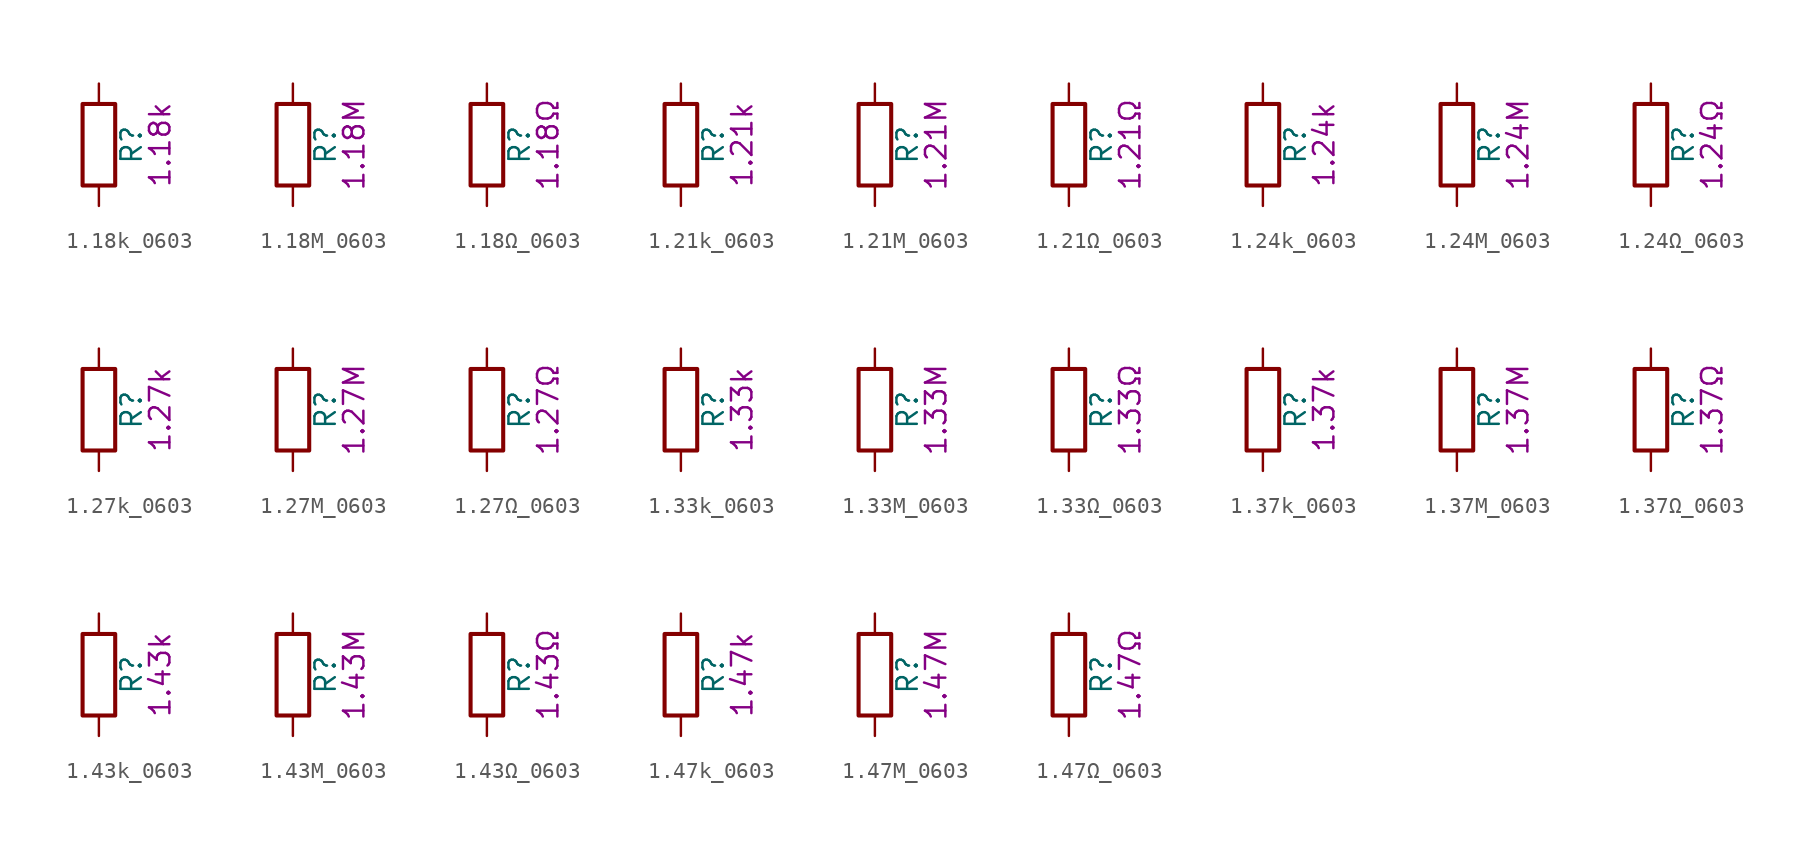
<source format=kicad_sym>
(kicad_symbol_lib
  (version 20211014)
  (generator kicad_symbol_editor)
  (symbol "1.18k_0603"
    (pin_numbers hide)
    (pin_names
      (offset 0))
    (property "Reference" "R"
      (at 2.032 0 90)
      (effects (font (size 1.27 1.27))))
    (property "Display" "1.18k"
      (at 3.81 0 90)
      (effects (font (size 1.27 1.27))))
    (symbol "1.18k_0603_0_1"
      (rectangle (start -1.016 -2.54) (end 1.016 2.54) (stroke (width 0.254) (type default) (color 0 0 0 0)) (fill (type none))))
    (symbol "1.18k_0603_1_1"
      (pin passive line (at 0 3.81 270) (length 1.27) (name "~" (effects (font (size 1.27 1.27)))) (number "1" (effects (font (size 1.27 1.27)))))
      (pin passive line (at 0 -3.81 90) (length 1.27) (name "~" (effects (font (size 1.27 1.27)))) (number "2" (effects (font (size 1.27 1.27)))))))
  (symbol "1.18M_0603"
    (pin_numbers hide)
    (pin_names
      (offset 0))
    (property "Reference" "R"
      (at 2.032 0 90)
      (effects (font (size 1.27 1.27))))
    (property "Display" "1.18M"
      (at 3.81 0 90)
      (effects (font (size 1.27 1.27))))
    (symbol "1.18M_0603_0_1"
      (rectangle (start -1.016 -2.54) (end 1.016 2.54) (stroke (width 0.254) (type default) (color 0 0 0 0)) (fill (type none))))
    (symbol "1.18M_0603_1_1"
      (pin passive line (at 0 3.81 270) (length 1.27) (name "~" (effects (font (size 1.27 1.27)))) (number "1" (effects (font (size 1.27 1.27)))))
      (pin passive line (at 0 -3.81 90) (length 1.27) (name "~" (effects (font (size 1.27 1.27)))) (number "2" (effects (font (size 1.27 1.27)))))))
  (symbol "1.18Ω_0603"
    (pin_numbers hide)
    (pin_names
      (offset 0))
    (property "Reference" "R"
      (at 2.032 0 90)
      (effects (font (size 1.27 1.27))))
    (property "Display" "1.18Ω"
      (at 3.81 0 90)
      (effects (font (size 1.27 1.27))))
    (symbol "1.18Ω_0603_0_1"
      (rectangle (start -1.016 -2.54) (end 1.016 2.54) (stroke (width 0.254) (type default) (color 0 0 0 0)) (fill (type none))))
    (symbol "1.18Ω_0603_1_1"
      (pin passive line (at 0 3.81 270) (length 1.27) (name "~" (effects (font (size 1.27 1.27)))) (number "1" (effects (font (size 1.27 1.27)))))
      (pin passive line (at 0 -3.81 90) (length 1.27) (name "~" (effects (font (size 1.27 1.27)))) (number "2" (effects (font (size 1.27 1.27)))))))
  (symbol "1.21k_0603"
    (pin_numbers hide)
    (pin_names
      (offset 0))
    (property "Reference" "R"
      (at 2.032 0 90)
      (effects (font (size 1.27 1.27))))
    (property "Display" "1.21k"
      (at 3.81 0 90)
      (effects (font (size 1.27 1.27))))
    (symbol "1.21k_0603_0_1"
      (rectangle (start -1.016 -2.54) (end 1.016 2.54) (stroke (width 0.254) (type default) (color 0 0 0 0)) (fill (type none))))
    (symbol "1.21k_0603_1_1"
      (pin passive line (at 0 3.81 270) (length 1.27) (name "~" (effects (font (size 1.27 1.27)))) (number "1" (effects (font (size 1.27 1.27)))))
      (pin passive line (at 0 -3.81 90) (length 1.27) (name "~" (effects (font (size 1.27 1.27)))) (number "2" (effects (font (size 1.27 1.27)))))))
  (symbol "1.21M_0603"
    (pin_numbers hide)
    (pin_names
      (offset 0))
    (property "Reference" "R"
      (at 2.032 0 90)
      (effects (font (size 1.27 1.27))))
    (property "Display" "1.21M"
      (at 3.81 0 90)
      (effects (font (size 1.27 1.27))))
    (symbol "1.21M_0603_0_1"
      (rectangle (start -1.016 -2.54) (end 1.016 2.54) (stroke (width 0.254) (type default) (color 0 0 0 0)) (fill (type none))))
    (symbol "1.21M_0603_1_1"
      (pin passive line (at 0 3.81 270) (length 1.27) (name "~" (effects (font (size 1.27 1.27)))) (number "1" (effects (font (size 1.27 1.27)))))
      (pin passive line (at 0 -3.81 90) (length 1.27) (name "~" (effects (font (size 1.27 1.27)))) (number "2" (effects (font (size 1.27 1.27)))))))
  (symbol "1.21Ω_0603"
    (pin_numbers hide)
    (pin_names
      (offset 0))
    (property "Reference" "R"
      (at 2.032 0 90)
      (effects (font (size 1.27 1.27))))
    (property "Display" "1.21Ω"
      (at 3.81 0 90)
      (effects (font (size 1.27 1.27))))
    (symbol "1.21Ω_0603_0_1"
      (rectangle (start -1.016 -2.54) (end 1.016 2.54) (stroke (width 0.254) (type default) (color 0 0 0 0)) (fill (type none))))
    (symbol "1.21Ω_0603_1_1"
      (pin passive line (at 0 3.81 270) (length 1.27) (name "~" (effects (font (size 1.27 1.27)))) (number "1" (effects (font (size 1.27 1.27)))))
      (pin passive line (at 0 -3.81 90) (length 1.27) (name "~" (effects (font (size 1.27 1.27)))) (number "2" (effects (font (size 1.27 1.27)))))))
  (symbol "1.24k_0603"
    (pin_numbers hide)
    (pin_names
      (offset 0))
    (property "Reference" "R"
      (at 2.032 0 90)
      (effects (font (size 1.27 1.27))))
    (property "Display" "1.24k"
      (at 3.81 0 90)
      (effects (font (size 1.27 1.27))))
    (symbol "1.24k_0603_0_1"
      (rectangle (start -1.016 -2.54) (end 1.016 2.54) (stroke (width 0.254) (type default) (color 0 0 0 0)) (fill (type none))))
    (symbol "1.24k_0603_1_1"
      (pin passive line (at 0 3.81 270) (length 1.27) (name "~" (effects (font (size 1.27 1.27)))) (number "1" (effects (font (size 1.27 1.27)))))
      (pin passive line (at 0 -3.81 90) (length 1.27) (name "~" (effects (font (size 1.27 1.27)))) (number "2" (effects (font (size 1.27 1.27)))))))
  (symbol "1.24M_0603"
    (pin_numbers hide)
    (pin_names
      (offset 0))
    (property "Reference" "R"
      (at 2.032 0 90)
      (effects (font (size 1.27 1.27))))
    (property "Display" "1.24M"
      (at 3.81 0 90)
      (effects (font (size 1.27 1.27))))
    (symbol "1.24M_0603_0_1"
      (rectangle (start -1.016 -2.54) (end 1.016 2.54) (stroke (width 0.254) (type default) (color 0 0 0 0)) (fill (type none))))
    (symbol "1.24M_0603_1_1"
      (pin passive line (at 0 3.81 270) (length 1.27) (name "~" (effects (font (size 1.27 1.27)))) (number "1" (effects (font (size 1.27 1.27)))))
      (pin passive line (at 0 -3.81 90) (length 1.27) (name "~" (effects (font (size 1.27 1.27)))) (number "2" (effects (font (size 1.27 1.27)))))))
  (symbol "1.24Ω_0603"
    (pin_numbers hide)
    (pin_names
      (offset 0))
    (property "Reference" "R"
      (at 2.032 0 90)
      (effects (font (size 1.27 1.27))))
    (property "Display" "1.24Ω"
      (at 3.81 0 90)
      (effects (font (size 1.27 1.27))))
    (symbol "1.24Ω_0603_0_1"
      (rectangle (start -1.016 -2.54) (end 1.016 2.54) (stroke (width 0.254) (type default) (color 0 0 0 0)) (fill (type none))))
    (symbol "1.24Ω_0603_1_1"
      (pin passive line (at 0 3.81 270) (length 1.27) (name "~" (effects (font (size 1.27 1.27)))) (number "1" (effects (font (size 1.27 1.27)))))
      (pin passive line (at 0 -3.81 90) (length 1.27) (name "~" (effects (font (size 1.27 1.27)))) (number "2" (effects (font (size 1.27 1.27)))))))
  (symbol "1.27k_0603"
    (pin_numbers hide)
    (pin_names
      (offset 0))
    (property "Reference" "R"
      (at 2.032 0 90)
      (effects (font (size 1.27 1.27))))
    (property "Display" "1.27k"
      (at 3.81 0 90)
      (effects (font (size 1.27 1.27))))
    (symbol "1.27k_0603_0_1"
      (rectangle (start -1.016 -2.54) (end 1.016 2.54) (stroke (width 0.254) (type default) (color 0 0 0 0)) (fill (type none))))
    (symbol "1.27k_0603_1_1"
      (pin passive line (at 0 3.81 270) (length 1.27) (name "~" (effects (font (size 1.27 1.27)))) (number "1" (effects (font (size 1.27 1.27)))))
      (pin passive line (at 0 -3.81 90) (length 1.27) (name "~" (effects (font (size 1.27 1.27)))) (number "2" (effects (font (size 1.27 1.27)))))))
  (symbol "1.27M_0603"
    (pin_numbers hide)
    (pin_names
      (offset 0))
    (property "Reference" "R"
      (at 2.032 0 90)
      (effects (font (size 1.27 1.27))))
    (property "Display" "1.27M"
      (at 3.81 0 90)
      (effects (font (size 1.27 1.27))))
    (symbol "1.27M_0603_0_1"
      (rectangle (start -1.016 -2.54) (end 1.016 2.54) (stroke (width 0.254) (type default) (color 0 0 0 0)) (fill (type none))))
    (symbol "1.27M_0603_1_1"
      (pin passive line (at 0 3.81 270) (length 1.27) (name "~" (effects (font (size 1.27 1.27)))) (number "1" (effects (font (size 1.27 1.27)))))
      (pin passive line (at 0 -3.81 90) (length 1.27) (name "~" (effects (font (size 1.27 1.27)))) (number "2" (effects (font (size 1.27 1.27)))))))
  (symbol "1.27Ω_0603"
    (pin_numbers hide)
    (pin_names
      (offset 0))
    (property "Reference" "R"
      (at 2.032 0 90)
      (effects (font (size 1.27 1.27))))
    (property "Display" "1.27Ω"
      (at 3.81 0 90)
      (effects (font (size 1.27 1.27))))
    (symbol "1.27Ω_0603_0_1"
      (rectangle (start -1.016 -2.54) (end 1.016 2.54) (stroke (width 0.254) (type default) (color 0 0 0 0)) (fill (type none))))
    (symbol "1.27Ω_0603_1_1"
      (pin passive line (at 0 3.81 270) (length 1.27) (name "~" (effects (font (size 1.27 1.27)))) (number "1" (effects (font (size 1.27 1.27)))))
      (pin passive line (at 0 -3.81 90) (length 1.27) (name "~" (effects (font (size 1.27 1.27)))) (number "2" (effects (font (size 1.27 1.27)))))))
  (symbol "1.33k_0603"
    (pin_numbers hide)
    (pin_names
      (offset 0))
    (property "Reference" "R"
      (at 2.032 0 90)
      (effects (font (size 1.27 1.27))))
    (property "Display" "1.33k"
      (at 3.81 0 90)
      (effects (font (size 1.27 1.27))))
    (symbol "1.33k_0603_0_1"
      (rectangle (start -1.016 -2.54) (end 1.016 2.54) (stroke (width 0.254) (type default) (color 0 0 0 0)) (fill (type none))))
    (symbol "1.33k_0603_1_1"
      (pin passive line (at 0 3.81 270) (length 1.27) (name "~" (effects (font (size 1.27 1.27)))) (number "1" (effects (font (size 1.27 1.27)))))
      (pin passive line (at 0 -3.81 90) (length 1.27) (name "~" (effects (font (size 1.27 1.27)))) (number "2" (effects (font (size 1.27 1.27)))))))
  (symbol "1.33M_0603"
    (pin_numbers hide)
    (pin_names
      (offset 0))
    (property "Reference" "R"
      (at 2.032 0 90)
      (effects (font (size 1.27 1.27))))
    (property "Display" "1.33M"
      (at 3.81 0 90)
      (effects (font (size 1.27 1.27))))
    (symbol "1.33M_0603_0_1"
      (rectangle (start -1.016 -2.54) (end 1.016 2.54) (stroke (width 0.254) (type default) (color 0 0 0 0)) (fill (type none))))
    (symbol "1.33M_0603_1_1"
      (pin passive line (at 0 3.81 270) (length 1.27) (name "~" (effects (font (size 1.27 1.27)))) (number "1" (effects (font (size 1.27 1.27)))))
      (pin passive line (at 0 -3.81 90) (length 1.27) (name "~" (effects (font (size 1.27 1.27)))) (number "2" (effects (font (size 1.27 1.27)))))))
  (symbol "1.33Ω_0603"
    (pin_numbers hide)
    (pin_names
      (offset 0))
    (property "Reference" "R"
      (at 2.032 0 90)
      (effects (font (size 1.27 1.27))))
    (property "Display" "1.33Ω"
      (at 3.81 0 90)
      (effects (font (size 1.27 1.27))))
    (symbol "1.33Ω_0603_0_1"
      (rectangle (start -1.016 -2.54) (end 1.016 2.54) (stroke (width 0.254) (type default) (color 0 0 0 0)) (fill (type none))))
    (symbol "1.33Ω_0603_1_1"
      (pin passive line (at 0 3.81 270) (length 1.27) (name "~" (effects (font (size 1.27 1.27)))) (number "1" (effects (font (size 1.27 1.27)))))
      (pin passive line (at 0 -3.81 90) (length 1.27) (name "~" (effects (font (size 1.27 1.27)))) (number "2" (effects (font (size 1.27 1.27)))))))
  (symbol "1.37k_0603"
    (pin_numbers hide)
    (pin_names
      (offset 0))
    (property "Reference" "R"
      (at 2.032 0 90)
      (effects (font (size 1.27 1.27))))
    (property "Display" "1.37k"
      (at 3.81 0 90)
      (effects (font (size 1.27 1.27))))
    (symbol "1.37k_0603_0_1"
      (rectangle (start -1.016 -2.54) (end 1.016 2.54) (stroke (width 0.254) (type default) (color 0 0 0 0)) (fill (type none))))
    (symbol "1.37k_0603_1_1"
      (pin passive line (at 0 3.81 270) (length 1.27) (name "~" (effects (font (size 1.27 1.27)))) (number "1" (effects (font (size 1.27 1.27)))))
      (pin passive line (at 0 -3.81 90) (length 1.27) (name "~" (effects (font (size 1.27 1.27)))) (number "2" (effects (font (size 1.27 1.27)))))))
  (symbol "1.37M_0603"
    (pin_numbers hide)
    (pin_names
      (offset 0))
    (property "Reference" "R"
      (at 2.032 0 90)
      (effects (font (size 1.27 1.27))))
    (property "Display" "1.37M"
      (at 3.81 0 90)
      (effects (font (size 1.27 1.27))))
    (symbol "1.37M_0603_0_1"
      (rectangle (start -1.016 -2.54) (end 1.016 2.54) (stroke (width 0.254) (type default) (color 0 0 0 0)) (fill (type none))))
    (symbol "1.37M_0603_1_1"
      (pin passive line (at 0 3.81 270) (length 1.27) (name "~" (effects (font (size 1.27 1.27)))) (number "1" (effects (font (size 1.27 1.27)))))
      (pin passive line (at 0 -3.81 90) (length 1.27) (name "~" (effects (font (size 1.27 1.27)))) (number "2" (effects (font (size 1.27 1.27)))))))
  (symbol "1.37Ω_0603"
    (pin_numbers hide)
    (pin_names
      (offset 0))
    (property "Reference" "R"
      (at 2.032 0 90)
      (effects (font (size 1.27 1.27))))
    (property "Display" "1.37Ω"
      (at 3.81 0 90)
      (effects (font (size 1.27 1.27))))
    (symbol "1.37Ω_0603_0_1"
      (rectangle (start -1.016 -2.54) (end 1.016 2.54) (stroke (width 0.254) (type default) (color 0 0 0 0)) (fill (type none))))
    (symbol "1.37Ω_0603_1_1"
      (pin passive line (at 0 3.81 270) (length 1.27) (name "~" (effects (font (size 1.27 1.27)))) (number "1" (effects (font (size 1.27 1.27)))))
      (pin passive line (at 0 -3.81 90) (length 1.27) (name "~" (effects (font (size 1.27 1.27)))) (number "2" (effects (font (size 1.27 1.27)))))))
  (symbol "1.43k_0603"
    (pin_numbers hide)
    (pin_names
      (offset 0))
    (property "Reference" "R"
      (at 2.032 0 90)
      (effects (font (size 1.27 1.27))))
    (property "Display" "1.43k"
      (at 3.81 0 90)
      (effects (font (size 1.27 1.27))))
    (symbol "1.43k_0603_0_1"
      (rectangle (start -1.016 -2.54) (end 1.016 2.54) (stroke (width 0.254) (type default) (color 0 0 0 0)) (fill (type none))))
    (symbol "1.43k_0603_1_1"
      (pin passive line (at 0 3.81 270) (length 1.27) (name "~" (effects (font (size 1.27 1.27)))) (number "1" (effects (font (size 1.27 1.27)))))
      (pin passive line (at 0 -3.81 90) (length 1.27) (name "~" (effects (font (size 1.27 1.27)))) (number "2" (effects (font (size 1.27 1.27)))))))
  (symbol "1.43M_0603"
    (pin_numbers hide)
    (pin_names
      (offset 0))
    (property "Reference" "R"
      (at 2.032 0 90)
      (effects (font (size 1.27 1.27))))
    (property "Display" "1.43M"
      (at 3.81 0 90)
      (effects (font (size 1.27 1.27))))
    (symbol "1.43M_0603_0_1"
      (rectangle (start -1.016 -2.54) (end 1.016 2.54) (stroke (width 0.254) (type default) (color 0 0 0 0)) (fill (type none))))
    (symbol "1.43M_0603_1_1"
      (pin passive line (at 0 3.81 270) (length 1.27) (name "~" (effects (font (size 1.27 1.27)))) (number "1" (effects (font (size 1.27 1.27)))))
      (pin passive line (at 0 -3.81 90) (length 1.27) (name "~" (effects (font (size 1.27 1.27)))) (number "2" (effects (font (size 1.27 1.27)))))))
  (symbol "1.43Ω_0603"
    (pin_numbers hide)
    (pin_names
      (offset 0))
    (property "Reference" "R"
      (at 2.032 0 90)
      (effects (font (size 1.27 1.27))))
    (property "Display" "1.43Ω"
      (at 3.81 0 90)
      (effects (font (size 1.27 1.27))))
    (symbol "1.43Ω_0603_0_1"
      (rectangle (start -1.016 -2.54) (end 1.016 2.54) (stroke (width 0.254) (type default) (color 0 0 0 0)) (fill (type none))))
    (symbol "1.43Ω_0603_1_1"
      (pin passive line (at 0 3.81 270) (length 1.27) (name "~" (effects (font (size 1.27 1.27)))) (number "1" (effects (font (size 1.27 1.27)))))
      (pin passive line (at 0 -3.81 90) (length 1.27) (name "~" (effects (font (size 1.27 1.27)))) (number "2" (effects (font (size 1.27 1.27)))))))
  (symbol "1.47k_0603"
    (pin_numbers hide)
    (pin_names
      (offset 0))
    (property "Reference" "R"
      (at 2.032 0 90)
      (effects (font (size 1.27 1.27))))
    (property "Display" "1.47k"
      (at 3.81 0 90)
      (effects (font (size 1.27 1.27))))
    (symbol "1.47k_0603_0_1"
      (rectangle (start -1.016 -2.54) (end 1.016 2.54) (stroke (width 0.254) (type default) (color 0 0 0 0)) (fill (type none))))
    (symbol "1.47k_0603_1_1"
      (pin passive line (at 0 3.81 270) (length 1.27) (name "~" (effects (font (size 1.27 1.27)))) (number "1" (effects (font (size 1.27 1.27)))))
      (pin passive line (at 0 -3.81 90) (length 1.27) (name "~" (effects (font (size 1.27 1.27)))) (number "2" (effects (font (size 1.27 1.27)))))))
  (symbol "1.47M_0603"
    (pin_numbers hide)
    (pin_names
      (offset 0))
    (property "Reference" "R"
      (at 2.032 0 90)
      (effects (font (size 1.27 1.27))))
    (property "Display" "1.47M"
      (at 3.81 0 90)
      (effects (font (size 1.27 1.27))))
    (symbol "1.47M_0603_0_1"
      (rectangle (start -1.016 -2.54) (end 1.016 2.54) (stroke (width 0.254) (type default) (color 0 0 0 0)) (fill (type none))))
    (symbol "1.47M_0603_1_1"
      (pin passive line (at 0 3.81 270) (length 1.27) (name "~" (effects (font (size 1.27 1.27)))) (number "1" (effects (font (size 1.27 1.27)))))
      (pin passive line (at 0 -3.81 90) (length 1.27) (name "~" (effects (font (size 1.27 1.27)))) (number "2" (effects (font (size 1.27 1.27)))))))
  (symbol "1.47Ω_0603"
    (pin_numbers hide)
    (pin_names
      (offset 0))
    (property "Reference" "R"
      (at 2.032 0 90)
      (effects (font (size 1.27 1.27))))
    (property "Display" "1.47Ω"
      (at 3.81 0 90)
      (effects (font (size 1.27 1.27))))
    (symbol "1.47Ω_0603_0_1"
      (rectangle (start -1.016 -2.54) (end 1.016 2.54) (stroke (width 0.254) (type default) (color 0 0 0 0)) (fill (type none))))
    (symbol "1.47Ω_0603_1_1"
      (pin passive line (at 0 3.81 270) (length 1.27) (name "~" (effects (font (size 1.27 1.27)))) (number "1" (effects (font (size 1.27 1.27)))))
      (pin passive line (at 0 -3.81 90) (length 1.27) (name "~" (effects (font (size 1.27 1.27)))) (number "2" (effects (font (size 1.27 1.27))))))))
</source>
